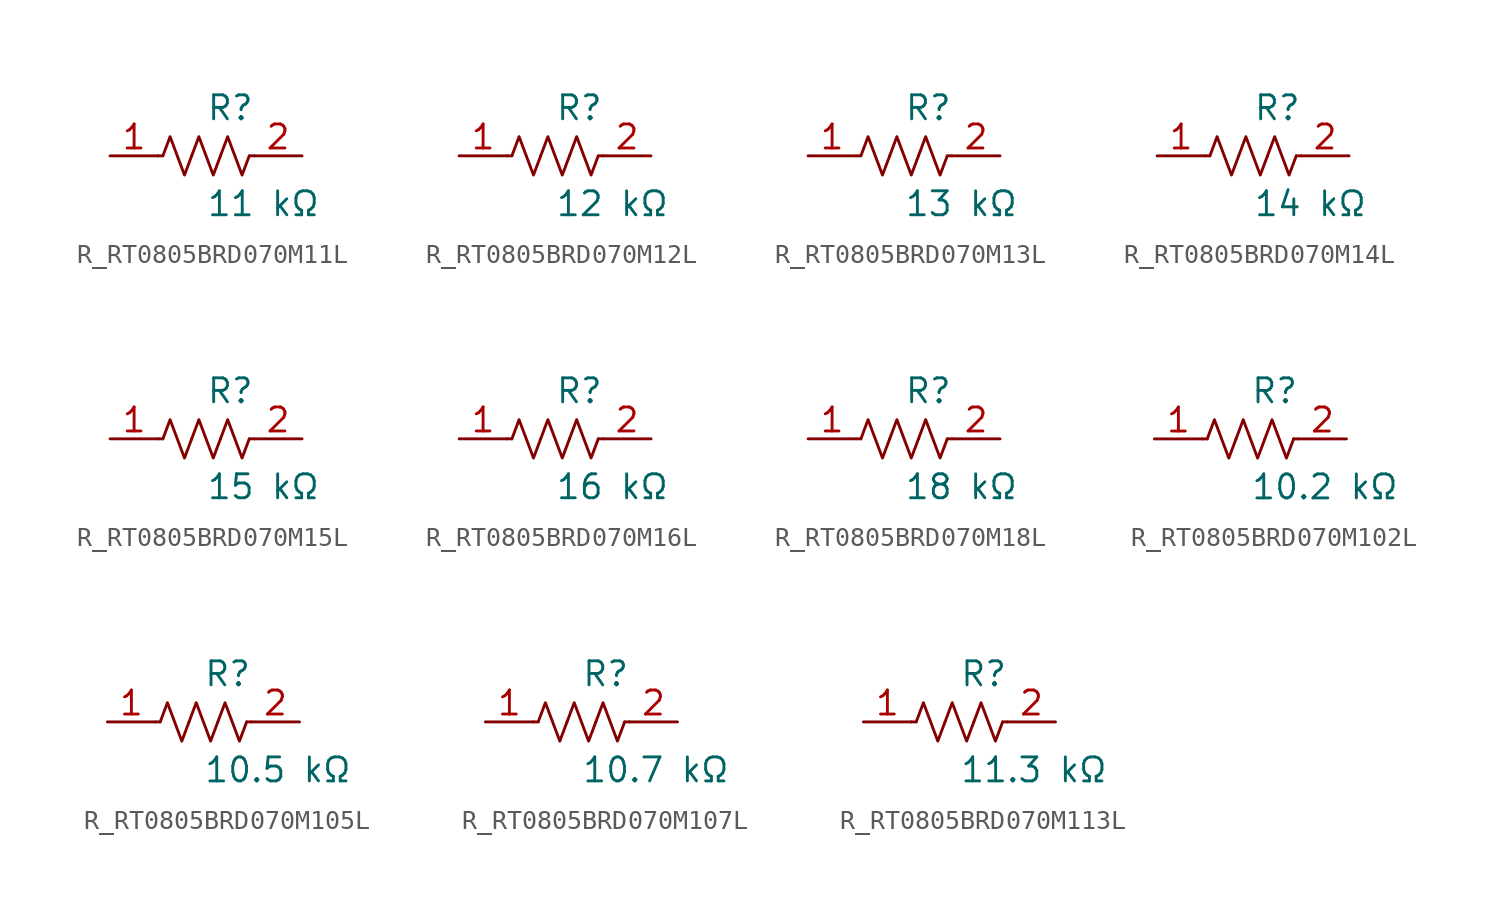
<source format=kicad_sym>
(kicad_symbol_lib
  (version 20231120)
  (generator kicad_symbol_editor)
  (generator_version 8.0)
  (symbol "R_RT0805BRD070M11L"
    (pin_names
      (offset 0.254))
    (property "Reference" "R"
      (at 0.0 2.54 0)
      (effects (font (size 1.27 1.27)) (justify left)))
    (property "Value" "11 kΩ"
      (at 0.0 -2.54 0)
      (effects (font (size 1.27 1.27)) (justify left)))
    (symbol "R_RT0805BRD070M11L_0_1"
      (polyline (pts (xy 2.286 0) (xy 2.54 0)) (stroke (width 0) (type default)) (fill (type none)))
      (polyline (pts (xy -2.286 0) (xy -2.54 0)) (stroke (width 0) (type default)) (fill (type none)))
      (polyline (pts (xy 0.762 0) (xy 1.143 1.016) (xy 1.524 0) (xy 1.905 -1.016) (xy 2.286 0)) (stroke (width 0) (type default)) (fill (type none)))
      (polyline (pts (xy -0.762 0) (xy -0.381 1.016) (xy 0 0) (xy 0.381 -1.016) (xy 0.762 0)) (stroke (width 0) (type default)) (fill (type none)))
      (polyline (pts (xy -2.286 0) (xy -1.905 1.016) (xy -1.524 0) (xy -1.143 -1.016) (xy -0.762 0)) (stroke (width 0) (type default)) (fill (type none))))
    (pin unspecified line
      (at -5.08 0 0)
      (length 2.54)
      (name "" (effects (font (size 1.27 1.27))))
      (number "1" (effects (font (size 1.27 1.27)))))
    (pin unspecified line
      (at 5.08 0 180)
      (length 2.54)
      (name "" (effects (font (size 1.27 1.27))))
      (number "2" (effects (font (size 1.27 1.27))))))
  (symbol "R_RT0805BRD070M12L"
    (pin_names
      (offset 0.254))
    (property "Reference" "R"
      (at 0.0 2.54 0)
      (effects (font (size 1.27 1.27)) (justify left)))
    (property "Value" "12 kΩ"
      (at 0.0 -2.54 0)
      (effects (font (size 1.27 1.27)) (justify left)))
    (symbol "R_RT0805BRD070M12L_0_1"
      (polyline (pts (xy 2.286 0) (xy 2.54 0)) (stroke (width 0) (type default)) (fill (type none)))
      (polyline (pts (xy -2.286 0) (xy -2.54 0)) (stroke (width 0) (type default)) (fill (type none)))
      (polyline (pts (xy 0.762 0) (xy 1.143 1.016) (xy 1.524 0) (xy 1.905 -1.016) (xy 2.286 0)) (stroke (width 0) (type default)) (fill (type none)))
      (polyline (pts (xy -0.762 0) (xy -0.381 1.016) (xy 0 0) (xy 0.381 -1.016) (xy 0.762 0)) (stroke (width 0) (type default)) (fill (type none)))
      (polyline (pts (xy -2.286 0) (xy -1.905 1.016) (xy -1.524 0) (xy -1.143 -1.016) (xy -0.762 0)) (stroke (width 0) (type default)) (fill (type none))))
    (pin unspecified line
      (at -5.08 0 0)
      (length 2.54)
      (name "" (effects (font (size 1.27 1.27))))
      (number "1" (effects (font (size 1.27 1.27)))))
    (pin unspecified line
      (at 5.08 0 180)
      (length 2.54)
      (name "" (effects (font (size 1.27 1.27))))
      (number "2" (effects (font (size 1.27 1.27))))))
  (symbol "R_RT0805BRD070M13L"
    (pin_names
      (offset 0.254))
    (property "Reference" "R"
      (at 0.0 2.54 0)
      (effects (font (size 1.27 1.27)) (justify left)))
    (property "Value" "13 kΩ"
      (at 0.0 -2.54 0)
      (effects (font (size 1.27 1.27)) (justify left)))
    (symbol "R_RT0805BRD070M13L_0_1"
      (polyline (pts (xy 2.286 0) (xy 2.54 0)) (stroke (width 0) (type default)) (fill (type none)))
      (polyline (pts (xy -2.286 0) (xy -2.54 0)) (stroke (width 0) (type default)) (fill (type none)))
      (polyline (pts (xy 0.762 0) (xy 1.143 1.016) (xy 1.524 0) (xy 1.905 -1.016) (xy 2.286 0)) (stroke (width 0) (type default)) (fill (type none)))
      (polyline (pts (xy -0.762 0) (xy -0.381 1.016) (xy 0 0) (xy 0.381 -1.016) (xy 0.762 0)) (stroke (width 0) (type default)) (fill (type none)))
      (polyline (pts (xy -2.286 0) (xy -1.905 1.016) (xy -1.524 0) (xy -1.143 -1.016) (xy -0.762 0)) (stroke (width 0) (type default)) (fill (type none))))
    (pin unspecified line
      (at -5.08 0 0)
      (length 2.54)
      (name "" (effects (font (size 1.27 1.27))))
      (number "1" (effects (font (size 1.27 1.27)))))
    (pin unspecified line
      (at 5.08 0 180)
      (length 2.54)
      (name "" (effects (font (size 1.27 1.27))))
      (number "2" (effects (font (size 1.27 1.27))))))
  (symbol "R_RT0805BRD070M14L"
    (pin_names
      (offset 0.254))
    (property "Reference" "R"
      (at 0.0 2.54 0)
      (effects (font (size 1.27 1.27)) (justify left)))
    (property "Value" "14 kΩ"
      (at 0.0 -2.54 0)
      (effects (font (size 1.27 1.27)) (justify left)))
    (symbol "R_RT0805BRD070M14L_0_1"
      (polyline (pts (xy 2.286 0) (xy 2.54 0)) (stroke (width 0) (type default)) (fill (type none)))
      (polyline (pts (xy -2.286 0) (xy -2.54 0)) (stroke (width 0) (type default)) (fill (type none)))
      (polyline (pts (xy 0.762 0) (xy 1.143 1.016) (xy 1.524 0) (xy 1.905 -1.016) (xy 2.286 0)) (stroke (width 0) (type default)) (fill (type none)))
      (polyline (pts (xy -0.762 0) (xy -0.381 1.016) (xy 0 0) (xy 0.381 -1.016) (xy 0.762 0)) (stroke (width 0) (type default)) (fill (type none)))
      (polyline (pts (xy -2.286 0) (xy -1.905 1.016) (xy -1.524 0) (xy -1.143 -1.016) (xy -0.762 0)) (stroke (width 0) (type default)) (fill (type none))))
    (pin unspecified line
      (at -5.08 0 0)
      (length 2.54)
      (name "" (effects (font (size 1.27 1.27))))
      (number "1" (effects (font (size 1.27 1.27)))))
    (pin unspecified line
      (at 5.08 0 180)
      (length 2.54)
      (name "" (effects (font (size 1.27 1.27))))
      (number "2" (effects (font (size 1.27 1.27))))))
  (symbol "R_RT0805BRD070M15L"
    (pin_names
      (offset 0.254))
    (property "Reference" "R"
      (at 0.0 2.54 0)
      (effects (font (size 1.27 1.27)) (justify left)))
    (property "Value" "15 kΩ"
      (at 0.0 -2.54 0)
      (effects (font (size 1.27 1.27)) (justify left)))
    (symbol "R_RT0805BRD070M15L_0_1"
      (polyline (pts (xy 2.286 0) (xy 2.54 0)) (stroke (width 0) (type default)) (fill (type none)))
      (polyline (pts (xy -2.286 0) (xy -2.54 0)) (stroke (width 0) (type default)) (fill (type none)))
      (polyline (pts (xy 0.762 0) (xy 1.143 1.016) (xy 1.524 0) (xy 1.905 -1.016) (xy 2.286 0)) (stroke (width 0) (type default)) (fill (type none)))
      (polyline (pts (xy -0.762 0) (xy -0.381 1.016) (xy 0 0) (xy 0.381 -1.016) (xy 0.762 0)) (stroke (width 0) (type default)) (fill (type none)))
      (polyline (pts (xy -2.286 0) (xy -1.905 1.016) (xy -1.524 0) (xy -1.143 -1.016) (xy -0.762 0)) (stroke (width 0) (type default)) (fill (type none))))
    (pin unspecified line
      (at -5.08 0 0)
      (length 2.54)
      (name "" (effects (font (size 1.27 1.27))))
      (number "1" (effects (font (size 1.27 1.27)))))
    (pin unspecified line
      (at 5.08 0 180)
      (length 2.54)
      (name "" (effects (font (size 1.27 1.27))))
      (number "2" (effects (font (size 1.27 1.27))))))
  (symbol "R_RT0805BRD070M16L"
    (pin_names
      (offset 0.254))
    (property "Reference" "R"
      (at 0.0 2.54 0)
      (effects (font (size 1.27 1.27)) (justify left)))
    (property "Value" "16 kΩ"
      (at 0.0 -2.54 0)
      (effects (font (size 1.27 1.27)) (justify left)))
    (symbol "R_RT0805BRD070M16L_0_1"
      (polyline (pts (xy 2.286 0) (xy 2.54 0)) (stroke (width 0) (type default)) (fill (type none)))
      (polyline (pts (xy -2.286 0) (xy -2.54 0)) (stroke (width 0) (type default)) (fill (type none)))
      (polyline (pts (xy 0.762 0) (xy 1.143 1.016) (xy 1.524 0) (xy 1.905 -1.016) (xy 2.286 0)) (stroke (width 0) (type default)) (fill (type none)))
      (polyline (pts (xy -0.762 0) (xy -0.381 1.016) (xy 0 0) (xy 0.381 -1.016) (xy 0.762 0)) (stroke (width 0) (type default)) (fill (type none)))
      (polyline (pts (xy -2.286 0) (xy -1.905 1.016) (xy -1.524 0) (xy -1.143 -1.016) (xy -0.762 0)) (stroke (width 0) (type default)) (fill (type none))))
    (pin unspecified line
      (at -5.08 0 0)
      (length 2.54)
      (name "" (effects (font (size 1.27 1.27))))
      (number "1" (effects (font (size 1.27 1.27)))))
    (pin unspecified line
      (at 5.08 0 180)
      (length 2.54)
      (name "" (effects (font (size 1.27 1.27))))
      (number "2" (effects (font (size 1.27 1.27))))))
  (symbol "R_RT0805BRD070M18L"
    (pin_names
      (offset 0.254))
    (property "Reference" "R"
      (at 0.0 2.54 0)
      (effects (font (size 1.27 1.27)) (justify left)))
    (property "Value" "18 kΩ"
      (at 0.0 -2.54 0)
      (effects (font (size 1.27 1.27)) (justify left)))
    (symbol "R_RT0805BRD070M18L_0_1"
      (polyline (pts (xy 2.286 0) (xy 2.54 0)) (stroke (width 0) (type default)) (fill (type none)))
      (polyline (pts (xy -2.286 0) (xy -2.54 0)) (stroke (width 0) (type default)) (fill (type none)))
      (polyline (pts (xy 0.762 0) (xy 1.143 1.016) (xy 1.524 0) (xy 1.905 -1.016) (xy 2.286 0)) (stroke (width 0) (type default)) (fill (type none)))
      (polyline (pts (xy -0.762 0) (xy -0.381 1.016) (xy 0 0) (xy 0.381 -1.016) (xy 0.762 0)) (stroke (width 0) (type default)) (fill (type none)))
      (polyline (pts (xy -2.286 0) (xy -1.905 1.016) (xy -1.524 0) (xy -1.143 -1.016) (xy -0.762 0)) (stroke (width 0) (type default)) (fill (type none))))
    (pin unspecified line
      (at -5.08 0 0)
      (length 2.54)
      (name "" (effects (font (size 1.27 1.27))))
      (number "1" (effects (font (size 1.27 1.27)))))
    (pin unspecified line
      (at 5.08 0 180)
      (length 2.54)
      (name "" (effects (font (size 1.27 1.27))))
      (number "2" (effects (font (size 1.27 1.27))))))
  (symbol "R_RT0805BRD070M102L"
    (pin_names
      (offset 0.254))
    (property "Reference" "R"
      (at 0.0 2.54 0)
      (effects (font (size 1.27 1.27)) (justify left)))
    (property "Value" "10.2 kΩ"
      (at 0.0 -2.54 0)
      (effects (font (size 1.27 1.27)) (justify left)))
    (symbol "R_RT0805BRD070M102L_0_1"
      (polyline (pts (xy 2.286 0) (xy 2.54 0)) (stroke (width 0) (type default)) (fill (type none)))
      (polyline (pts (xy -2.286 0) (xy -2.54 0)) (stroke (width 0) (type default)) (fill (type none)))
      (polyline (pts (xy 0.762 0) (xy 1.143 1.016) (xy 1.524 0) (xy 1.905 -1.016) (xy 2.286 0)) (stroke (width 0) (type default)) (fill (type none)))
      (polyline (pts (xy -0.762 0) (xy -0.381 1.016) (xy 0 0) (xy 0.381 -1.016) (xy 0.762 0)) (stroke (width 0) (type default)) (fill (type none)))
      (polyline (pts (xy -2.286 0) (xy -1.905 1.016) (xy -1.524 0) (xy -1.143 -1.016) (xy -0.762 0)) (stroke (width 0) (type default)) (fill (type none))))
    (pin unspecified line
      (at -5.08 0 0)
      (length 2.54)
      (name "" (effects (font (size 1.27 1.27))))
      (number "1" (effects (font (size 1.27 1.27)))))
    (pin unspecified line
      (at 5.08 0 180)
      (length 2.54)
      (name "" (effects (font (size 1.27 1.27))))
      (number "2" (effects (font (size 1.27 1.27))))))
  (symbol "R_RT0805BRD070M105L"
    (pin_names
      (offset 0.254))
    (property "Reference" "R"
      (at 0.0 2.54 0)
      (effects (font (size 1.27 1.27)) (justify left)))
    (property "Value" "10.5 kΩ"
      (at 0.0 -2.54 0)
      (effects (font (size 1.27 1.27)) (justify left)))
    (symbol "R_RT0805BRD070M105L_0_1"
      (polyline (pts (xy 2.286 0) (xy 2.54 0)) (stroke (width 0) (type default)) (fill (type none)))
      (polyline (pts (xy -2.286 0) (xy -2.54 0)) (stroke (width 0) (type default)) (fill (type none)))
      (polyline (pts (xy 0.762 0) (xy 1.143 1.016) (xy 1.524 0) (xy 1.905 -1.016) (xy 2.286 0)) (stroke (width 0) (type default)) (fill (type none)))
      (polyline (pts (xy -0.762 0) (xy -0.381 1.016) (xy 0 0) (xy 0.381 -1.016) (xy 0.762 0)) (stroke (width 0) (type default)) (fill (type none)))
      (polyline (pts (xy -2.286 0) (xy -1.905 1.016) (xy -1.524 0) (xy -1.143 -1.016) (xy -0.762 0)) (stroke (width 0) (type default)) (fill (type none))))
    (pin unspecified line
      (at -5.08 0 0)
      (length 2.54)
      (name "" (effects (font (size 1.27 1.27))))
      (number "1" (effects (font (size 1.27 1.27)))))
    (pin unspecified line
      (at 5.08 0 180)
      (length 2.54)
      (name "" (effects (font (size 1.27 1.27))))
      (number "2" (effects (font (size 1.27 1.27))))))
  (symbol "R_RT0805BRD070M107L"
    (pin_names
      (offset 0.254))
    (property "Reference" "R"
      (at 0.0 2.54 0)
      (effects (font (size 1.27 1.27)) (justify left)))
    (property "Value" "10.7 kΩ"
      (at 0.0 -2.54 0)
      (effects (font (size 1.27 1.27)) (justify left)))
    (symbol "R_RT0805BRD070M107L_0_1"
      (polyline (pts (xy 2.286 0) (xy 2.54 0)) (stroke (width 0) (type default)) (fill (type none)))
      (polyline (pts (xy -2.286 0) (xy -2.54 0)) (stroke (width 0) (type default)) (fill (type none)))
      (polyline (pts (xy 0.762 0) (xy 1.143 1.016) (xy 1.524 0) (xy 1.905 -1.016) (xy 2.286 0)) (stroke (width 0) (type default)) (fill (type none)))
      (polyline (pts (xy -0.762 0) (xy -0.381 1.016) (xy 0 0) (xy 0.381 -1.016) (xy 0.762 0)) (stroke (width 0) (type default)) (fill (type none)))
      (polyline (pts (xy -2.286 0) (xy -1.905 1.016) (xy -1.524 0) (xy -1.143 -1.016) (xy -0.762 0)) (stroke (width 0) (type default)) (fill (type none))))
    (pin unspecified line
      (at -5.08 0 0)
      (length 2.54)
      (name "" (effects (font (size 1.27 1.27))))
      (number "1" (effects (font (size 1.27 1.27)))))
    (pin unspecified line
      (at 5.08 0 180)
      (length 2.54)
      (name "" (effects (font (size 1.27 1.27))))
      (number "2" (effects (font (size 1.27 1.27))))))
  (symbol "R_RT0805BRD070M113L"
    (pin_names
      (offset 0.254))
    (property "Reference" "R"
      (at 0.0 2.54 0)
      (effects (font (size 1.27 1.27)) (justify left)))
    (property "Value" "11.3 kΩ"
      (at 0.0 -2.54 0)
      (effects (font (size 1.27 1.27)) (justify left)))
    (symbol "R_RT0805BRD070M113L_0_1"
      (polyline (pts (xy 2.286 0) (xy 2.54 0)) (stroke (width 0) (type default)) (fill (type none)))
      (polyline (pts (xy -2.286 0) (xy -2.54 0)) (stroke (width 0) (type default)) (fill (type none)))
      (polyline (pts (xy 0.762 0) (xy 1.143 1.016) (xy 1.524 0) (xy 1.905 -1.016) (xy 2.286 0)) (stroke (width 0) (type default)) (fill (type none)))
      (polyline (pts (xy -0.762 0) (xy -0.381 1.016) (xy 0 0) (xy 0.381 -1.016) (xy 0.762 0)) (stroke (width 0) (type default)) (fill (type none)))
      (polyline (pts (xy -2.286 0) (xy -1.905 1.016) (xy -1.524 0) (xy -1.143 -1.016) (xy -0.762 0)) (stroke (width 0) (type default)) (fill (type none))))
    (pin unspecified line
      (at -5.08 0 0)
      (length 2.54)
      (name "" (effects (font (size 1.27 1.27))))
      (number "1" (effects (font (size 1.27 1.27)))))
    (pin unspecified line
      (at 5.08 0 180)
      (length 2.54)
      (name "" (effects (font (size 1.27 1.27))))
      (number "2" (effects (font (size 1.27 1.27)))))))
</source>
